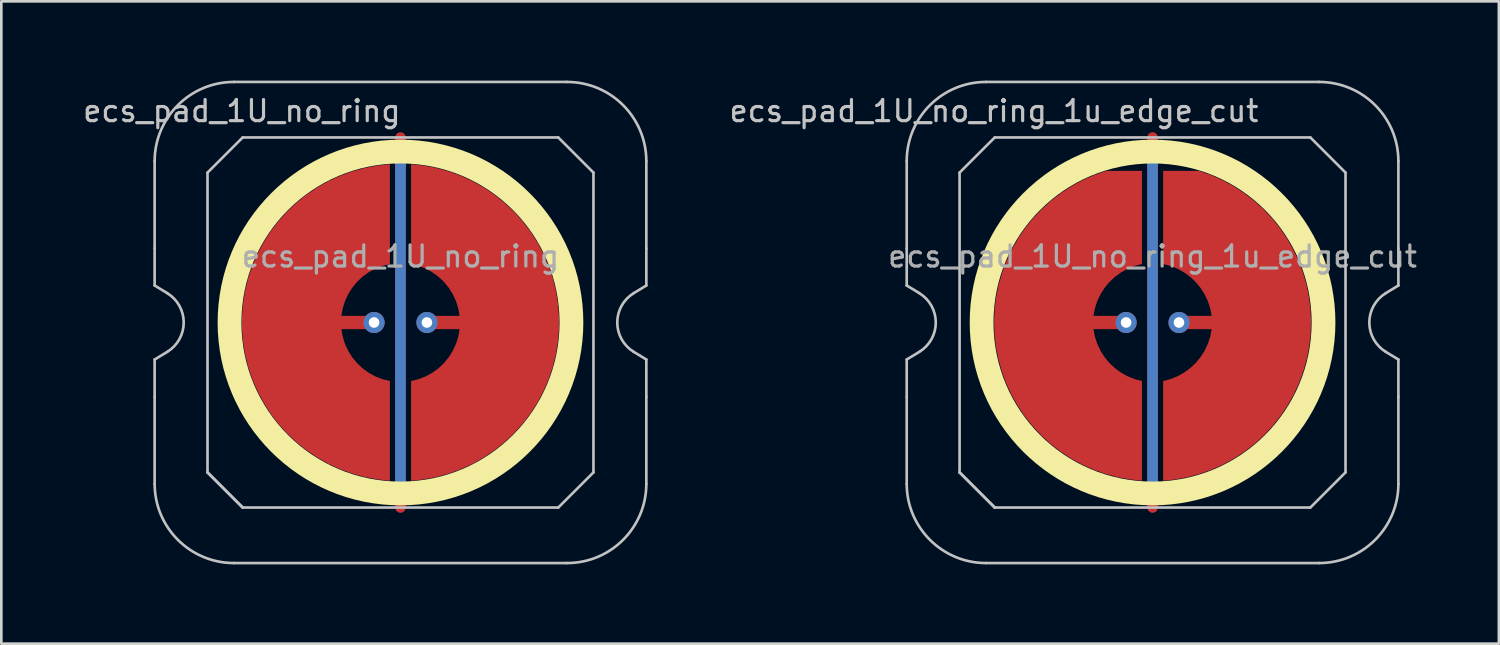
<source format=kicad_pcb>
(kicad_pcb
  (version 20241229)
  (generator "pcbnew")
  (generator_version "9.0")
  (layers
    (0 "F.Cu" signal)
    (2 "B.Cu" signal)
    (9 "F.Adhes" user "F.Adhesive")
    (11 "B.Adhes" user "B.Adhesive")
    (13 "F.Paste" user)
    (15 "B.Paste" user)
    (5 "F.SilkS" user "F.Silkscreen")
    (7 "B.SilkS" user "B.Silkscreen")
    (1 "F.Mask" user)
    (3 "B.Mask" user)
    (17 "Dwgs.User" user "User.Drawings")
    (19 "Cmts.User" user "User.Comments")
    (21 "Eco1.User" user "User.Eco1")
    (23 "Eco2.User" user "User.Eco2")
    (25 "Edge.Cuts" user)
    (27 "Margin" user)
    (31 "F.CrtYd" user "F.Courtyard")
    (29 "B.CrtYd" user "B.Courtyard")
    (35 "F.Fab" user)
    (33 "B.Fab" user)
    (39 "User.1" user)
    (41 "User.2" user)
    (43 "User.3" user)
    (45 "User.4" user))
  (footprint "ecs_pad_1U_no_ring"
    (layer "F.Cu")
    (at 12.1 9.15)
    (property "Reference" "ecs_pad_1U_no_ring" (at -6 -8 0) (layer "Dwgs.User") (effects (font (size 0.8 0.8) (thickness 0.12))))
    (attr smd)
    (fp_circle (center 0 0) (end 6.467 0) (stroke (width 0.9) (type solid)) (fill no) (layer "F.SilkS"))
    (fp_line (start -9.3 -2.805) (end -9.3 -6.1) (stroke (width 0.1) (type solid)) (layer "Dwgs.User"))
    (fp_line (start -9.3 -1.4) (end -9.3 -2.805) (stroke (width 0.1) (type solid)) (layer "Dwgs.User"))
    (fp_line (start -9.3 1.4) (end -8.824 1.111) (stroke (width 0.1) (type solid)) (layer "Dwgs.User"))
    (fp_line (start -9.3 2.805) (end -9.3 1.4) (stroke (width 0.1) (type solid)) (layer "Dwgs.User"))
    (fp_line (start -9.3 6.1) (end -9.3 2.805) (stroke (width 0.1) (type solid)) (layer "Dwgs.User"))
    (fp_line (start -8.824 -1.111) (end -9.3 -1.4) (stroke (width 0.1) (type solid)) (layer "Dwgs.User"))
    (fp_line (start -7.3 -5.67) (end -5.97 -7) (stroke (width 0.1) (type solid)) (layer "Dwgs.User"))
    (fp_line (start -7.3 5.67) (end -7.3 -5.67) (stroke (width 0.1) (type solid)) (layer "Dwgs.User"))
    (fp_line (start -7.3 5.67) (end -5.97 7) (stroke (width 0.1) (type solid)) (layer "Dwgs.User"))
    (fp_line (start -6.3 -9.1) (end 6.3 -9.1) (stroke (width 0.1) (type solid)) (layer "Dwgs.User"))
    (fp_line (start -5.97 -7) (end 5.97 -7) (stroke (width 0.1) (type solid)) (layer "Dwgs.User"))
    (fp_line (start -5.97 7) (end -7.3 5.67) (stroke (width 0.1) (type solid)) (layer "Dwgs.User"))
    (fp_line (start 5.97 -7) (end 7.3 -5.67) (stroke (width 0.1) (type solid)) (layer "Dwgs.User"))
    (fp_line (start 5.97 7) (end -5.97 7) (stroke (width 0.1) (type solid)) (layer "Dwgs.User"))
    (fp_line (start 6.3 9.1) (end -6.3 9.1) (stroke (width 0.1) (type solid)) (layer "Dwgs.User"))
    (fp_line (start 7.3 -5.67) (end 7.3 5.67) (stroke (width 0.1) (type solid)) (layer "Dwgs.User"))
    (fp_line (start 7.3 5.67) (end 5.97 7) (stroke (width 0.1) (type solid)) (layer "Dwgs.User"))
    (fp_line (start 8.824 1.111) (end 9.3 1.4) (stroke (width 0.1) (type solid)) (layer "Dwgs.User"))
    (fp_line (start 9.3 -6.1) (end 9.3 -2.805) (stroke (width 0.1) (type solid)) (layer "Dwgs.User"))
    (fp_line (start 9.3 -2.805) (end 9.3 -1.4) (stroke (width 0.1) (type solid)) (layer "Dwgs.User"))
    (fp_line (start 9.3 -1.4) (end 8.824 -1.111) (stroke (width 0.1) (type solid)) (layer "Dwgs.User"))
    (fp_line (start 9.3 1.4) (end 9.3 2.805) (stroke (width 0.1) (type solid)) (layer "Dwgs.User"))
    (fp_line (start 9.3 2.805) (end 9.3 6.1) (stroke (width 0.1) (type solid)) (layer "Dwgs.User"))
    (fp_arc (start -9.3 -6.1) (mid -8.42132 -8.22132) (end -6.3 -9.1) (stroke (width 0.1) (type solid)) (layer "Dwgs.User"))
    (fp_arc (start -8.824333 -1.110619) (mid -8.2 0) (end -8.824333 1.110619) (stroke (width 0.1) (type solid)) (layer "Dwgs.User"))
    (fp_arc (start -6.3 9.1) (mid -8.42132 8.22132) (end -9.3 6.1) (stroke (width 0.1) (type solid)) (layer "Dwgs.User"))
    (fp_arc (start 6.3 -9.1) (mid 8.42132 -8.22132) (end 9.3 -6.1) (stroke (width 0.1) (type solid)) (layer "Dwgs.User"))
    (fp_arc (start 8.824333 1.110619) (mid 8.2 0) (end 8.824333 -1.110619) (stroke (width 0.1) (type solid)) (layer "Dwgs.User"))
    (fp_arc (start 9.3 6.1) (mid 8.42132 8.22132) (end 6.3 9.1) (stroke (width 0.1) (type solid)) (layer "Dwgs.User"))
    (fp_text user "${REFERENCE}" (at 0 -2.5 0) (layer "F.Fab") (effects (font (size 0.8 0.8) (thickness 0.12))))
    (pad "1" smd custom (at -1 0) (size 0.4 0.4) (layers "F.Cu") (options (anchor circle)) (primitives (gr_poly (pts (xy 0.6 -2.214) (xy 0.32 -2.145) (xy 0.052 -2.041) (xy -0.201 -1.903) (xy -0.434 -1.734) (xy -0.644 -1.536) (xy -0.826 -1.314) (xy -0.979 -1.07) (xy -1.1 -0.808) (xy -1.186 -0.534) (xy -1.236 -0.25) (xy 0 -0.25) (xy 0.096 -0.231) (xy 0.177 -0.177) (xy 0.231 -0.096) (xy 0.25 0) (xy 0.231 0.096) (xy 0.177 0.177) (xy 0.096 0.231) (xy 0 0.25) (xy -1.236 0.25) (xy -1.186 0.534) (xy -1.1 0.808) (xy -0.979 1.07) (xy -0.826 1.314) (xy -0.644 1.536) (xy -0.434 1.734) (xy -0.201 1.903) (xy 0.052 2.041) (xy 0.32 2.145) (xy 0.6 2.214) (xy 0.6 5.987) (xy 0.115 5.934) (xy -0.364 5.843) (xy -0.834 5.713) (xy -1.292 5.545) (xy -1.735 5.341) (xy -2.159 5.101) (xy -2.563 4.827) (xy -2.943 4.522) (xy -3.298 4.187) (xy -3.623 3.824) (xy -3.919 3.436) (xy -4.182 3.025) (xy -4.41 2.594) (xy -4.603 2.147) (xy -4.759 1.684) (xy -4.876 1.211) (xy -4.955 0.73) (xy -4.995 0.244) (xy -4.995 -0.244) (xy -4.955 -0.73) (xy -4.876 -1.211) (xy -4.759 -1.684) (xy -4.603 -2.147) (xy -4.41 -2.594) (xy -4.182 -3.025) (xy -3.919 -3.436) (xy -3.623 -3.824) (xy -3.298 -4.187) (xy -2.943 -4.522) (xy -2.563 -4.827) (xy -2.159 -5.101) (xy -1.735 -5.341) (xy -1.292 -5.545) (xy -0.834 -5.713) (xy -0.364 -5.843) (xy 0.115 -5.934) (xy 0.6 -5.987)) (width 0) (fill yes))))
    (pad "1" thru_hole circle (at -1 0) (size 0.8 0.8) (drill 0.4) (layers "*.Cu"))
    (pad "2" smd custom (at 1 0 180) (size 0.4 0.4) (layers "F.Cu") (options (anchor circle)) (primitives (gr_poly (pts (xy 0.6 -2.214) (xy 0.32 -2.145) (xy 0.052 -2.041) (xy -0.201 -1.903) (xy -0.434 -1.734) (xy -0.644 -1.536) (xy -0.826 -1.314) (xy -0.979 -1.07) (xy -1.1 -0.808) (xy -1.186 -0.534) (xy -1.236 -0.25) (xy 0 -0.25) (xy 0.096 -0.231) (xy 0.177 -0.177) (xy 0.231 -0.096) (xy 0.25 0) (xy 0.231 0.096) (xy 0.177 0.177) (xy 0.096 0.231) (xy 0 0.25) (xy -1.236 0.25) (xy -1.186 0.534) (xy -1.1 0.808) (xy -0.979 1.07) (xy -0.826 1.314) (xy -0.644 1.536) (xy -0.434 1.734) (xy -0.201 1.903) (xy 0.052 2.041) (xy 0.32 2.145) (xy 0.6 2.214) (xy 0.6 5.987) (xy 0.115 5.934) (xy -0.364 5.843) (xy -0.834 5.713) (xy -1.292 5.545) (xy -1.735 5.341) (xy -2.159 5.101) (xy -2.563 4.827) (xy -2.943 4.522) (xy -3.298 4.187) (xy -3.623 3.824) (xy -3.919 3.436) (xy -4.182 3.025) (xy -4.41 2.594) (xy -4.603 2.147) (xy -4.759 1.684) (xy -4.876 1.211) (xy -4.955 0.73) (xy -4.995 0.244) (xy -4.995 -0.244) (xy -4.955 -0.73) (xy -4.876 -1.211) (xy -4.759 -1.684) (xy -4.603 -2.147) (xy -4.41 -2.594) (xy -4.182 -3.025) (xy -3.919 -3.436) (xy -3.623 -3.824) (xy -3.298 -4.187) (xy -2.943 -4.522) (xy -2.563 -4.827) (xy -2.159 -5.101) (xy -1.735 -5.341) (xy -1.292 -5.545) (xy -0.834 -5.713) (xy -0.364 -5.843) (xy 0.115 -5.934) (xy 0.6 -5.987)) (width 0) (fill yes))))
    (pad "2" thru_hole circle (at 1 0) (size 0.8 0.8) (drill 0.4) (layers "*.Cu"))
    (pad "3" smd custom (at 0 0) (size 0.4 0.4) (layers "F.Cu") (options (anchor rect)) (primitives (gr_line (start 0 -7) (end 0 7) (width 0.4))))
    (pad "3" smd custom (at 0 0) (size 0.4 0.4) (layers "B.Cu") (options (anchor rect)) (primitives (gr_line (start 0 -6.5) (end 0 6.5) (width 0.4))))
    (zone (net_name "") (layer "F.Cu") (hatch edge 0.508) (connect_pads) (min_thickness 0.254) (filled_areas_thickness no) (keepout (tracks allowed) (vias allowed) (pads allowed) (copperpour not_allowed) (footprints allowed)) (placement (enabled no)) (fill) (polygon (pts (xy 19.105 9.15) (xy 19.086 8.637) (xy 19.03 8.127) (xy 18.936 7.622) (xy 18.806 7.125) (xy 18.64 6.64) (xy 18.438 6.167) (xy 18.203 5.711) (xy 17.935 5.274) (xy 17.635 4.857) (xy 17.306 4.463) (xy 16.948 4.094) (xy 16.565 3.753) (xy 16.158 3.44) (xy 15.729 3.158) (xy 15.28 2.909) (xy 14.815 2.692) (xy 14.334 2.511) (xy 13.842 2.365) (xy 13.34 2.256) (xy 12.832 2.183) (xy 12.32 2.149) (xy 11.807 2.151) (xy 11.295 2.192) (xy 10.787 2.269) (xy 10.287 2.384) (xy 9.796 2.535) (xy 9.318 2.721) (xy 8.855 2.942) (xy 8.409 3.197) (xy 7.983 3.483) (xy 7.579 3.8) (xy 7.199 4.145) (xy 6.846 4.518) (xy 6.52 4.915) (xy 6.225 5.335) (xy 5.962 5.775) (xy 5.731 6.234) (xy 5.534 6.708) (xy 5.373 7.196) (xy 5.248 7.694) (xy 5.16 8.199) (xy 5.109 8.71) (xy 5.095 9.223) (xy 5.12 9.736) (xy 5.181 10.246) (xy 5.28 10.75) (xy 5.416 11.245) (xy 5.587 11.729) (xy 5.793 12.199) (xy 6.034 12.652) (xy 6.306 13.087) (xy 6.61 13.501) (xy 6.944 13.891) (xy 7.305 14.256) (xy 7.692 14.594) (xy 8.102 14.902) (xy 8.534 15.179) (xy 8.985 15.424) (xy 9.453 15.636) (xy 9.935 15.812) (xy 10.429 15.953) (xy 10.932 16.057) (xy 11.441 16.124) (xy 11.953 16.153) (xy 12.467 16.145) (xy 12.978 16.1) (xy 13.485 16.017) (xy 13.984 15.897) (xy 14.473 15.741) (xy 14.949 15.549) (xy 15.41 15.323) (xy 15.853 15.064) (xy 16.276 14.774) (xy 16.677 14.453) (xy 17.053 14.103) (xy 17.403 13.727) (xy 17.724 13.326) (xy 18.014 12.903) (xy 18.273 12.46) (xy 18.499 11.999) (xy 18.691 11.523) (xy 18.847 11.034) (xy 18.967 10.535) (xy 19.05 10.028) (xy 19.095 9.517))))
    (zone (net_name "") (layer "B.Cu") (hatch edge 0.508) (connect_pads) (min_thickness 0.254) (filled_areas_thickness no) (keepout (tracks allowed) (vias allowed) (pads allowed) (copperpour not_allowed) (footprints allowed)) (placement (enabled no)) (fill) (polygon (pts (xy 18.658 9.15) (xy 18.638 8.635) (xy 18.578 8.124) (xy 18.477 7.619) (xy 18.337 7.123) (xy 18.159 6.64) (xy 17.943 6.173) (xy 17.692 5.723) (xy 17.406 5.295) (xy 17.087 4.891) (xy 16.737 4.513) (xy 16.359 4.163) (xy 15.955 3.844) (xy 15.527 3.558) (xy 15.077 3.307) (xy 14.61 3.091) (xy 14.127 2.913) (xy 13.631 2.773) (xy 13.126 2.672) (xy 12.615 2.612) (xy 12.1 2.592) (xy 11.585 2.612) (xy 11.074 2.672) (xy 10.569 2.773) (xy 10.073 2.913) (xy 9.59 3.091) (xy 9.123 3.307) (xy 8.673 3.558) (xy 8.245 3.844) (xy 7.841 4.163) (xy 7.463 4.513) (xy 7.113 4.891) (xy 6.794 5.295) (xy 6.508 5.723) (xy 6.257 6.173) (xy 6.041 6.64) (xy 5.863 7.123) (xy 5.723 7.619) (xy 5.622 8.124) (xy 5.562 8.635) (xy 5.542 9.15) (xy 5.562 9.665) (xy 5.622 10.176) (xy 5.723 10.681) (xy 5.863 11.177) (xy 6.041 11.66) (xy 6.257 12.127) (xy 6.508 12.577) (xy 6.794 13.005) (xy 7.113 13.409) (xy 7.463 13.787) (xy 7.841 14.137) (xy 8.245 14.456) (xy 8.673 14.742) (xy 9.123 14.993) (xy 9.59 15.209) (xy 10.073 15.387) (xy 10.569 15.527) (xy 11.074 15.628) (xy 11.585 15.688) (xy 12.1 15.708) (xy 12.615 15.688) (xy 13.126 15.628) (xy 13.631 15.527) (xy 14.127 15.387) (xy 14.61 15.209) (xy 15.077 14.993) (xy 15.527 14.742) (xy 15.955 14.456) (xy 16.359 14.137) (xy 16.737 13.787) (xy 17.087 13.409) (xy 17.406 13.005) (xy 17.692 12.577) (xy 17.943 12.127) (xy 18.159 11.66) (xy 18.337 11.177) (xy 18.477 10.681) (xy 18.578 10.176) (xy 18.638 9.665)))))
  (footprint "ecs_pad_1U_no_ring_1u_edge_cut"
    (layer "F.Cu")
    (at 40.55 9.15)
    (property "Reference" "ecs_pad_1U_no_ring_1u_edge_cut" (at -6 -8 0) (layer "Dwgs.User") (effects (font (size 0.8 0.8) (thickness 0.12))))
    (attr smd)
    (fp_circle (center 0 0) (end 6.467 0) (stroke (width 0.9) (type solid)) (fill no) (layer "F.SilkS"))
    (fp_line (start -9.3 -2.805) (end -9.3 -6.1) (stroke (width 0.1) (type solid)) (layer "Dwgs.User"))
    (fp_line (start -9.3 -1.4) (end -9.3 -2.805) (stroke (width 0.1) (type solid)) (layer "Dwgs.User"))
    (fp_line (start -9.3 1.4) (end -8.824 1.111) (stroke (width 0.1) (type solid)) (layer "Dwgs.User"))
    (fp_line (start -9.3 2.805) (end -9.3 1.4) (stroke (width 0.1) (type solid)) (layer "Dwgs.User"))
    (fp_line (start -9.3 6.1) (end -9.3 2.805) (stroke (width 0.1) (type solid)) (layer "Dwgs.User"))
    (fp_line (start -8.824 -1.111) (end -9.3 -1.4) (stroke (width 0.1) (type solid)) (layer "Dwgs.User"))
    (fp_line (start -7.3 -5.67) (end -5.97 -7) (stroke (width 0.1) (type solid)) (layer "Dwgs.User"))
    (fp_line (start -7.3 5.67) (end -7.3 -5.67) (stroke (width 0.1) (type solid)) (layer "Dwgs.User"))
    (fp_line (start -7.3 5.67) (end -5.97 7) (stroke (width 0.1) (type solid)) (layer "Dwgs.User"))
    (fp_line (start -6.3 -9.1) (end 6.3 -9.1) (stroke (width 0.1) (type solid)) (layer "Dwgs.User"))
    (fp_line (start -5.97 -7) (end 5.97 -7) (stroke (width 0.1) (type solid)) (layer "Dwgs.User"))
    (fp_line (start -5.97 7) (end -7.3 5.67) (stroke (width 0.1) (type solid)) (layer "Dwgs.User"))
    (fp_line (start 5.97 -7) (end 7.3 -5.67) (stroke (width 0.1) (type solid)) (layer "Dwgs.User"))
    (fp_line (start 5.97 7) (end -5.97 7) (stroke (width 0.1) (type solid)) (layer "Dwgs.User"))
    (fp_line (start 6.3 9.1) (end -6.3 9.1) (stroke (width 0.1) (type solid)) (layer "Dwgs.User"))
    (fp_line (start 7.3 -5.67) (end 7.3 5.67) (stroke (width 0.1) (type solid)) (layer "Dwgs.User"))
    (fp_line (start 7.3 5.67) (end 5.97 7) (stroke (width 0.1) (type solid)) (layer "Dwgs.User"))
    (fp_line (start 8.824 1.111) (end 9.3 1.4) (stroke (width 0.1) (type solid)) (layer "Dwgs.User"))
    (fp_line (start 9.3 -6.1) (end 9.3 -2.805) (stroke (width 0.1) (type solid)) (layer "Dwgs.User"))
    (fp_line (start 9.3 -2.805) (end 9.3 -1.4) (stroke (width 0.1) (type solid)) (layer "Dwgs.User"))
    (fp_line (start 9.3 -1.4) (end 8.824 -1.111) (stroke (width 0.1) (type solid)) (layer "Dwgs.User"))
    (fp_line (start 9.3 1.4) (end 9.3 2.805) (stroke (width 0.1) (type solid)) (layer "Dwgs.User"))
    (fp_line (start 9.3 2.805) (end 9.3 6.1) (stroke (width 0.1) (type solid)) (layer "Dwgs.User"))
    (fp_arc (start -9.3 -6.1) (mid -8.42132 -8.22132) (end -6.3 -9.1) (stroke (width 0.1) (type solid)) (layer "Dwgs.User"))
    (fp_arc (start -8.824333 -1.110619) (mid -8.2 0) (end -8.824333 1.110619) (stroke (width 0.1) (type solid)) (layer "Dwgs.User"))
    (fp_arc (start -6.3 9.1) (mid -8.42132 8.22132) (end -9.3 6.1) (stroke (width 0.1) (type solid)) (layer "Dwgs.User"))
    (fp_arc (start 6.3 -9.1) (mid 8.42132 -8.22132) (end 9.3 -6.1) (stroke (width 0.1) (type solid)) (layer "Dwgs.User"))
    (fp_arc (start 8.824333 1.110619) (mid 8.2 0) (end 8.824333 -1.110619) (stroke (width 0.1) (type solid)) (layer "Dwgs.User"))
    (fp_arc (start 9.3 6.1) (mid 8.42132 8.22132) (end 6.3 9.1) (stroke (width 0.1) (type solid)) (layer "Dwgs.User"))
    (fp_text user "${REFERENCE}" (at 0 -2.5 0) (layer "F.Fab") (effects (font (size 0.8 0.8) (thickness 0.12))))
    (pad "1" smd custom (at -1 0) (size 0.142 0.142) (layers "F.Cu") (options (anchor circle)) (primitives (gr_poly (pts (xy 0.323 -2.141) (xy 0.056 -2.034) (xy -0.194 -1.894) (xy -0.426 -1.725) (xy -0.635 -1.528) (xy -0.817 -1.307) (xy -0.971 -1.064) (xy -1.093 -0.805) (xy -1.182 -0.532) (xy -1.236 -0.25) (xy 0 -0.25) (xy 0.096 -0.231) (xy 0.177 -0.177) (xy 0.231 -0.096) (xy 0.25 0) (xy 0.231 0.096) (xy 0.177 0.177) (xy 0.096 0.231) (xy 0 0.25) (xy -1.236 0.25) (xy -1.182 0.532) (xy -1.093 0.805) (xy -0.971 1.064) (xy -0.817 1.307) (xy -0.635 1.528) (xy -0.426 1.725) (xy -0.194 1.894) (xy 0.056 2.034) (xy 0.323 2.141) (xy 0.6 2.214) (xy 0.6 5.986) (xy 0.127 5.935) (xy -0.341 5.847) (xy -0.8 5.722) (xy -1.248 5.561) (xy -1.681 5.365) (xy -2.098 5.135) (xy -2.495 4.873) (xy -2.87 4.581) (xy -3.221 4.259) (xy -3.545 3.911) (xy -3.841 3.538) (xy -4.106 3.143) (xy -4.339 2.728) (xy -4.538 2.296) (xy -4.703 1.849) (xy -4.831 1.391) (xy -4.923 0.924) (xy -4.978 0.452) (xy -4.995 -0.024) (xy -4.974 -0.499) (xy -4.916 -0.971) (xy -4.82 -1.437) (xy -4.688 -1.895) (xy -4.52 -2.34) (xy -4.317 -2.77) (xy -4.081 -3.183) (xy -3.813 -3.576) (xy -3.514 -3.947) (xy -3.187 -4.292) (xy -2.834 -4.611) (xy -2.456 -4.901) (xy -2.057 -5.16) (xy -1.639 -5.386) (xy -1.203 -5.579) (xy -0.754 -5.736) (xy 0.6 -5.736) (xy 0.6 -2.214)) (width 0) (fill yes))))
    (pad "1" thru_hole circle (at -1 0) (size 0.8 0.8) (drill 0.4) (layers "*.Cu"))
    (pad "2" smd custom (at 1 0) (size 0.142 0.142) (layers "F.Cu") (options (anchor circle)) (primitives (gr_poly (pts (xy -0.323 -2.141) (xy -0.056 -2.034) (xy 0.194 -1.894) (xy 0.426 -1.725) (xy 0.635 -1.528) (xy 0.817 -1.307) (xy 0.971 -1.064) (xy 1.093 -0.805) (xy 1.182 -0.532) (xy 1.236 -0.25) (xy 0 -0.25) (xy -0.096 -0.231) (xy -0.177 -0.177) (xy -0.231 -0.096) (xy -0.25 0) (xy -0.231 0.096) (xy -0.177 0.177) (xy -0.096 0.231) (xy 0 0.25) (xy 1.236 0.25) (xy 1.182 0.532) (xy 1.093 0.805) (xy 0.971 1.064) (xy 0.817 1.307) (xy 0.635 1.528) (xy 0.426 1.725) (xy 0.194 1.894) (xy -0.056 2.034) (xy -0.323 2.141) (xy -0.6 2.214) (xy -0.6 5.986) (xy -0.127 5.935) (xy 0.341 5.847) (xy 0.8 5.722) (xy 1.248 5.561) (xy 1.681 5.365) (xy 2.098 5.135) (xy 2.495 4.873) (xy 2.87 4.581) (xy 3.221 4.259) (xy 3.545 3.911) (xy 3.841 3.538) (xy 4.106 3.143) (xy 4.339 2.728) (xy 4.538 2.296) (xy 4.703 1.849) (xy 4.831 1.391) (xy 4.923 0.924) (xy 4.978 0.452) (xy 4.995 -0.024) (xy 4.974 -0.499) (xy 4.916 -0.971) (xy 4.82 -1.437) (xy 4.688 -1.895) (xy 4.52 -2.34) (xy 4.317 -2.77) (xy 4.081 -3.183) (xy 3.813 -3.576) (xy 3.514 -3.947) (xy 3.187 -4.292) (xy 2.834 -4.611) (xy 2.456 -4.901) (xy 2.057 -5.16) (xy 1.639 -5.386) (xy 1.203 -5.579) (xy 0.754 -5.736) (xy -0.6 -5.736) (xy -0.6 -2.214)) (width 0) (fill yes))))
    (pad "2" thru_hole circle (at 1 0) (size 0.8 0.8) (drill 0.4) (layers "*.Cu"))
    (pad "3" smd custom (at 0 0) (size 0.4 0.4) (layers "F.Cu") (options (anchor rect)) (primitives (gr_line (start 0 -7) (end 0 7) (width 0.4))))
    (pad "3" smd custom (at 0 0) (size 0.4 0.4) (layers "B.Cu") (options (anchor rect)) (primitives (gr_line (start 0 -6.5) (end 0 6.5) (width 0.4))))
    (zone (net_name "") (layer "F.Cu") (hatch edge 0.508) (connect_pads) (min_thickness 0.254) (filled_areas_thickness no) (keepout (tracks allowed) (vias allowed) (pads allowed) (copperpour not_allowed) (footprints allowed)) (placement (enabled no)) (fill) (polygon (pts (xy 47.555 9.15) (xy 47.536 8.637) (xy 47.48 8.127) (xy 47.386 7.622) (xy 47.256 7.125) (xy 47.09 6.64) (xy 46.888 6.167) (xy 46.653 5.711) (xy 46.385 5.274) (xy 46.085 4.857) (xy 45.756 4.463) (xy 45.398 4.094) (xy 45.015 3.753) (xy 44.608 3.44) (xy 44.179 3.158) (xy 43.73 2.909) (xy 43.265 2.692) (xy 42.784 2.511) (xy 42.292 2.365) (xy 41.79 2.256) (xy 41.282 2.183) (xy 40.77 2.149) (xy 40.257 2.151) (xy 39.745 2.192) (xy 39.237 2.269) (xy 38.737 2.384) (xy 38.246 2.535) (xy 37.768 2.721) (xy 37.305 2.942) (xy 36.859 3.197) (xy 36.433 3.483) (xy 36.029 3.8) (xy 35.649 4.145) (xy 35.296 4.518) (xy 34.97 4.915) (xy 34.675 5.335) (xy 34.412 5.775) (xy 34.181 6.234) (xy 33.984 6.708) (xy 33.823 7.196) (xy 33.698 7.694) (xy 33.61 8.199) (xy 33.559 8.71) (xy 33.545 9.223) (xy 33.57 9.736) (xy 33.631 10.246) (xy 33.73 10.75) (xy 33.866 11.245) (xy 34.037 11.729) (xy 34.243 12.199) (xy 34.484 12.652) (xy 34.756 13.087) (xy 35.06 13.501) (xy 35.394 13.891) (xy 35.755 14.256) (xy 36.142 14.594) (xy 36.552 14.902) (xy 36.984 15.179) (xy 37.435 15.424) (xy 37.903 15.636) (xy 38.385 15.812) (xy 38.879 15.953) (xy 39.382 16.057) (xy 39.891 16.124) (xy 40.403 16.153) (xy 40.917 16.145) (xy 41.428 16.1) (xy 41.935 16.017) (xy 42.434 15.897) (xy 42.923 15.741) (xy 43.399 15.549) (xy 43.86 15.323) (xy 44.303 15.064) (xy 44.727 14.774) (xy 45.127 14.453) (xy 45.503 14.103) (xy 45.853 13.727) (xy 46.174 13.326) (xy 46.464 12.903) (xy 46.723 12.46) (xy 46.949 11.999) (xy 47.141 11.523) (xy 47.297 11.034) (xy 47.417 10.535) (xy 47.5 10.028) (xy 47.545 9.517))))
    (zone (net_name "") (layer "B.Cu") (hatch edge 0.508) (connect_pads) (min_thickness 0.254) (filled_areas_thickness no) (keepout (tracks allowed) (vias allowed) (pads allowed) (copperpour not_allowed) (footprints allowed)) (placement (enabled no)) (fill) (polygon (pts (xy 47.108 9.15) (xy 47.088 8.635) (xy 47.028 8.124) (xy 46.927 7.619) (xy 46.787 7.123) (xy 46.609 6.64) (xy 46.393 6.173) (xy 46.142 5.723) (xy 45.856 5.295) (xy 45.537 4.891) (xy 45.187 4.513) (xy 44.809 4.163) (xy 44.405 3.844) (xy 43.977 3.558) (xy 43.527 3.307) (xy 43.06 3.091) (xy 42.577 2.913) (xy 42.081 2.773) (xy 41.576 2.672) (xy 41.065 2.612) (xy 40.55 2.592) (xy 40.035 2.612) (xy 39.524 2.672) (xy 39.019 2.773) (xy 38.523 2.913) (xy 38.04 3.091) (xy 37.573 3.307) (xy 37.123 3.558) (xy 36.695 3.844) (xy 36.291 4.163) (xy 35.913 4.513) (xy 35.563 4.891) (xy 35.244 5.295) (xy 34.958 5.723) (xy 34.707 6.173) (xy 34.491 6.64) (xy 34.313 7.123) (xy 34.173 7.619) (xy 34.072 8.124) (xy 34.012 8.635) (xy 33.992 9.15) (xy 34.012 9.665) (xy 34.072 10.176) (xy 34.173 10.681) (xy 34.313 11.177) (xy 34.491 11.66) (xy 34.707 12.127) (xy 34.958 12.577) (xy 35.244 13.005) (xy 35.563 13.409) (xy 35.913 13.787) (xy 36.291 14.137) (xy 36.695 14.456) (xy 37.123 14.742) (xy 37.573 14.993) (xy 38.04 15.209) (xy 38.523 15.387) (xy 39.019 15.527) (xy 39.524 15.628) (xy 40.035 15.688) (xy 40.55 15.708) (xy 41.065 15.688) (xy 41.576 15.628) (xy 42.081 15.527) (xy 42.577 15.387) (xy 43.06 15.209) (xy 43.527 14.993) (xy 43.977 14.742) (xy 44.405 14.456) (xy 44.809 14.137) (xy 45.187 13.787) (xy 45.537 13.409) (xy 45.856 13.005) (xy 46.142 12.577) (xy 46.393 12.127) (xy 46.609 11.66) (xy 46.787 11.177) (xy 46.927 10.681) (xy 47.028 10.176) (xy 47.088 9.665)))))
  (gr_rect
    (start -3 -3)
    (end 53.65 21.3)
    (stroke (width 0.1) (type default))
    (fill no)
    (layer "Edge.Cuts")))
</source>
